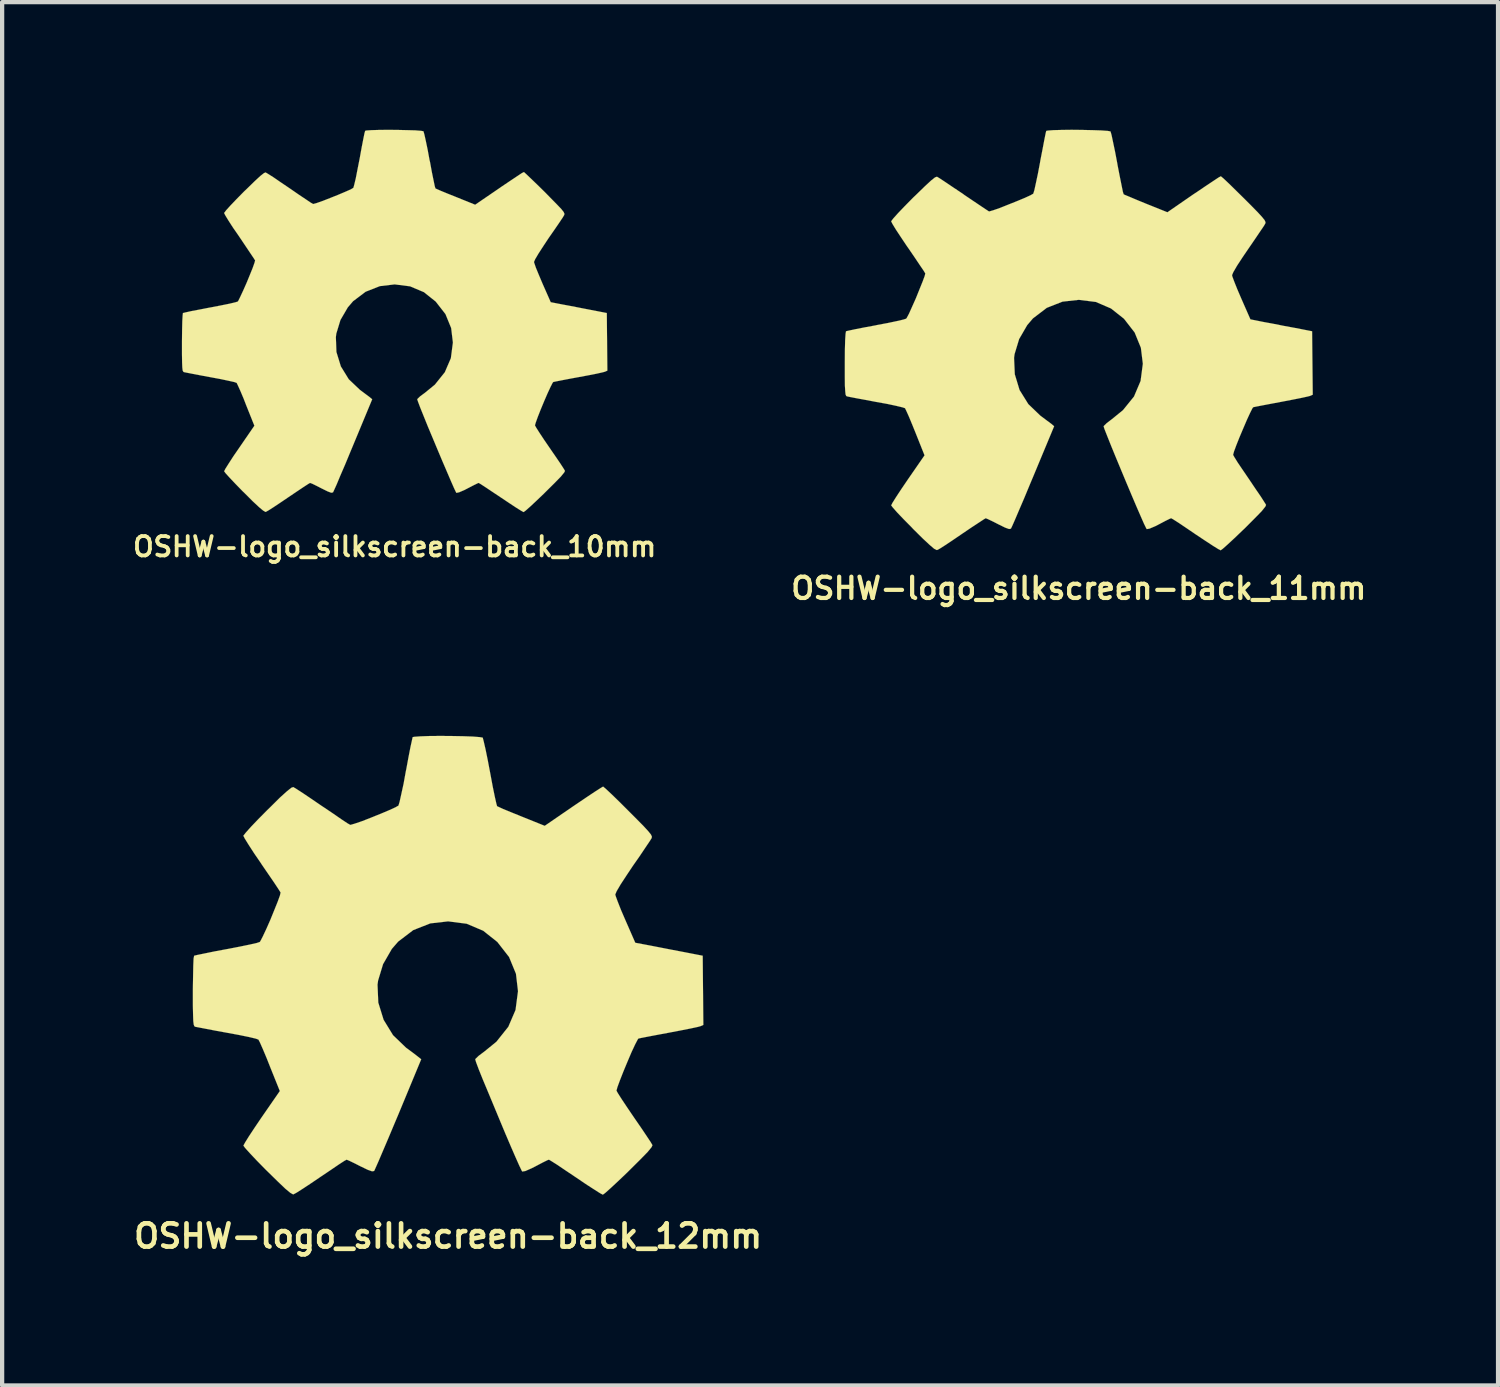
<source format=kicad_pcb>
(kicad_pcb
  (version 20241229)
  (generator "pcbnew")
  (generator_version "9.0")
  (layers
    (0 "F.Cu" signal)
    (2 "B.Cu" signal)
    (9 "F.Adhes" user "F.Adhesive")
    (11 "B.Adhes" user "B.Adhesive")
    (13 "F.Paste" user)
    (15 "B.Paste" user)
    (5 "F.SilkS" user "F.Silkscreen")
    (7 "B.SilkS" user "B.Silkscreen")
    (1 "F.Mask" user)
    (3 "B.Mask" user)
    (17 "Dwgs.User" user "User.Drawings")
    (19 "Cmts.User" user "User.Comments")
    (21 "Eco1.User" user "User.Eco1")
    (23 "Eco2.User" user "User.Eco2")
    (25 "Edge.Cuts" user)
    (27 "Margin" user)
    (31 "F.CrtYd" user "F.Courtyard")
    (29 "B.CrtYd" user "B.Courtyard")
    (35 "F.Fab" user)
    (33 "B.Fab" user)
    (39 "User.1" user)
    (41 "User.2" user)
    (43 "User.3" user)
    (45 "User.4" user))
  (footprint "OSHW-logo_silkscreen-back_10mm"
    (layer "F.Cu")
    (at 6.226 4.495)
    (property "Reference" "OSHW-logo_silkscreen-back_10mm" (at 0 5.304 0) (layer "F.SilkS") (effects (font (size 0.455 0.455) (thickness 0.089))))
    (attr through_hole)
    (fp_poly (pts (xy 3.03 4.491) (xy 2.979 4.463) (xy 2.86 4.389) (xy 2.695 4.28) (xy 2.497 4.148) (xy 2.299 4.016) (xy 2.136 3.907) (xy 2.022 3.833) (xy 1.974 3.805) (xy 1.948 3.815) (xy 1.854 3.861) (xy 1.717 3.932) (xy 1.638 3.973) (xy 1.514 4.026) (xy 1.45 4.039) (xy 1.44 4.021) (xy 1.394 3.924) (xy 1.323 3.762) (xy 1.229 3.543) (xy 1.12 3.289) (xy 1.006 3.018) (xy 0.889 2.738) (xy 0.777 2.471) (xy 0.681 2.233) (xy 0.602 2.037) (xy 0.551 1.902) (xy 0.531 1.844) (xy 0.536 1.831) (xy 0.599 1.77) (xy 0.709 1.689) (xy 0.945 1.496) (xy 1.179 1.204) (xy 1.321 0.874) (xy 1.369 0.505) (xy 1.328 0.165) (xy 1.194 -0.163) (xy 0.965 -0.457) (xy 0.688 -0.678) (xy 0.363 -0.815) (xy 0 -0.861) (xy -0.348 -0.82) (xy -0.683 -0.688) (xy -0.978 -0.465) (xy -1.102 -0.32) (xy -1.275 -0.023) (xy -1.372 0.297) (xy -1.382 0.378) (xy -1.369 0.729) (xy -1.265 1.067) (xy -1.079 1.369) (xy -0.82 1.615) (xy -0.79 1.638) (xy -0.671 1.727) (xy -0.589 1.788) (xy -0.528 1.839) (xy -0.975 2.916) (xy -1.046 3.086) (xy -1.168 3.381) (xy -1.278 3.635) (xy -1.361 3.835) (xy -1.422 3.97) (xy -1.448 4.026) (xy -1.45 4.028) (xy -1.491 4.036) (xy -1.572 4.006) (xy -1.722 3.932) (xy -1.821 3.881) (xy -1.935 3.825) (xy -1.989 3.805) (xy -2.032 3.83) (xy -2.141 3.901) (xy -2.301 4.008) (xy -2.494 4.138) (xy -2.677 4.262) (xy -2.845 4.374) (xy -2.969 4.453) (xy -3.028 4.486) (xy -3.038 4.486) (xy -3.091 4.455) (xy -3.188 4.374) (xy -3.335 4.237) (xy -3.541 4.031) (xy -3.574 4) (xy -3.744 3.825) (xy -3.881 3.68) (xy -3.975 3.576) (xy -4.008 3.531) (xy -3.978 3.472) (xy -3.901 3.35) (xy -3.79 3.178) (xy -3.653 2.979) (xy -3.297 2.461) (xy -3.493 1.971) (xy -3.551 1.821) (xy -3.627 1.641) (xy -3.686 1.511) (xy -3.713 1.455) (xy -3.767 1.435) (xy -3.901 1.405) (xy -4.094 1.364) (xy -4.326 1.321) (xy -4.547 1.28) (xy -4.745 1.242) (xy -4.889 1.214) (xy -4.953 1.201) (xy -4.968 1.191) (xy -4.983 1.161) (xy -4.991 1.092) (xy -4.996 0.973) (xy -4.999 0.782) (xy -4.999 0.505) (xy -4.999 0.475) (xy -4.996 0.213) (xy -4.991 0.003) (xy -4.983 -0.135) (xy -4.976 -0.188) (xy -4.973 -0.188) (xy -4.912 -0.203) (xy -4.773 -0.234) (xy -4.572 -0.272) (xy -4.336 -0.318) (xy -4.321 -0.32) (xy -4.084 -0.366) (xy -3.886 -0.406) (xy -3.747 -0.439) (xy -3.688 -0.457) (xy -3.675 -0.475) (xy -3.63 -0.566) (xy -3.561 -0.714) (xy -3.482 -0.892) (xy -3.406 -1.077) (xy -3.338 -1.245) (xy -3.294 -1.369) (xy -3.279 -1.425) (xy -3.282 -1.427) (xy -3.317 -1.483) (xy -3.399 -1.605) (xy -3.513 -1.775) (xy -3.65 -1.979) (xy -3.66 -1.994) (xy -3.797 -2.192) (xy -3.907 -2.362) (xy -3.98 -2.482) (xy -4.008 -2.537) (xy -4.008 -2.54) (xy -3.962 -2.601) (xy -3.861 -2.713) (xy -3.716 -2.865) (xy -3.541 -3.043) (xy -3.485 -3.096) (xy -3.289 -3.287) (xy -3.155 -3.411) (xy -3.071 -3.477) (xy -3.03 -3.493) (xy -3.03 -3.49) (xy -2.969 -3.454) (xy -2.842 -3.373) (xy -2.672 -3.256) (xy -2.469 -3.119) (xy -2.454 -3.109) (xy -2.256 -2.972) (xy -2.088 -2.86) (xy -1.971 -2.781) (xy -1.918 -2.751) (xy -1.91 -2.751) (xy -1.829 -2.774) (xy -1.687 -2.824) (xy -1.511 -2.893) (xy -1.326 -2.967) (xy -1.158 -3.038) (xy -1.031 -3.094) (xy -0.973 -3.129) (xy -0.97 -3.132) (xy -0.95 -3.203) (xy -0.914 -3.353) (xy -0.874 -3.559) (xy -0.826 -3.802) (xy -0.818 -3.843) (xy -0.775 -4.082) (xy -0.737 -4.277) (xy -0.709 -4.415) (xy -0.693 -4.47) (xy -0.66 -4.478) (xy -0.544 -4.486) (xy -0.366 -4.491) (xy -0.15 -4.493) (xy 0.076 -4.491) (xy 0.297 -4.486) (xy 0.485 -4.481) (xy 0.62 -4.47) (xy 0.676 -4.46) (xy 0.678 -4.455) (xy 0.699 -4.381) (xy 0.732 -4.232) (xy 0.775 -4.026) (xy 0.82 -3.78) (xy 0.831 -3.736) (xy 0.874 -3.5) (xy 0.914 -3.305) (xy 0.942 -3.17) (xy 0.958 -3.117) (xy 0.98 -3.106) (xy 1.077 -3.063) (xy 1.237 -2.997) (xy 1.435 -2.918) (xy 1.892 -2.733) (xy 2.454 -3.117) (xy 2.504 -3.152) (xy 2.708 -3.289) (xy 2.873 -3.399) (xy 2.987 -3.475) (xy 3.035 -3.5) (xy 3.04 -3.5) (xy 3.096 -3.449) (xy 3.205 -3.345) (xy 3.358 -3.198) (xy 3.536 -3.023) (xy 3.665 -2.891) (xy 3.82 -2.733) (xy 3.919 -2.629) (xy 3.973 -2.56) (xy 3.99 -2.52) (xy 3.985 -2.492) (xy 3.95 -2.433) (xy 3.868 -2.311) (xy 3.752 -2.141) (xy 3.614 -1.943) (xy 3.503 -1.775) (xy 3.381 -1.587) (xy 3.302 -1.453) (xy 3.274 -1.387) (xy 3.282 -1.361) (xy 3.32 -1.25) (xy 3.388 -1.085) (xy 3.472 -0.886) (xy 3.668 -0.442) (xy 3.957 -0.386) (xy 4.135 -0.353) (xy 4.381 -0.305) (xy 4.618 -0.259) (xy 4.986 -0.188) (xy 4.999 1.166) (xy 4.943 1.191) (xy 4.887 1.206) (xy 4.75 1.237) (xy 4.557 1.275) (xy 4.326 1.318) (xy 4.13 1.354) (xy 3.932 1.392) (xy 3.79 1.42) (xy 3.729 1.433) (xy 3.711 1.455) (xy 3.663 1.549) (xy 3.592 1.702) (xy 3.513 1.885) (xy 3.434 2.075) (xy 3.365 2.25) (xy 3.317 2.383) (xy 3.297 2.451) (xy 3.325 2.504) (xy 3.399 2.621) (xy 3.508 2.786) (xy 3.642 2.982) (xy 3.777 3.178) (xy 3.891 3.345) (xy 3.97 3.467) (xy 4.003 3.523) (xy 3.985 3.559) (xy 3.907 3.655) (xy 3.759 3.807) (xy 3.538 4.026) (xy 3.503 4.061) (xy 3.327 4.229) (xy 3.18 4.366) (xy 3.076 4.458) (xy 3.03 4.491)) (stroke (width 0.003) (type solid)) (fill yes) (layer "F.SilkS")))
  (footprint "OSHW-logo_silkscreen-back_11mm"
    (layer "F.Cu")
    (at 22.305 4.944)
    (property "Reference" "OSHW-logo_silkscreen-back_11mm" (at 0 5.834 0) (layer "F.SilkS") (effects (font (size 0.5 0.5) (thickness 0.099))))
    (attr through_hole)
    (fp_poly (pts (xy 3.335 4.94) (xy 3.277 4.91) (xy 3.147 4.829) (xy 2.964 4.709) (xy 2.746 4.564) (xy 2.53 4.417) (xy 2.349 4.295) (xy 2.225 4.216) (xy 2.172 4.186) (xy 2.144 4.196) (xy 2.04 4.247) (xy 1.89 4.326) (xy 1.803 4.371) (xy 1.664 4.43) (xy 1.598 4.442) (xy 1.585 4.422) (xy 1.534 4.318) (xy 1.455 4.138) (xy 1.351 3.899) (xy 1.232 3.619) (xy 1.105 3.317) (xy 0.978 3.012) (xy 0.856 2.718) (xy 0.749 2.456) (xy 0.663 2.24) (xy 0.605 2.093) (xy 0.584 2.029) (xy 0.592 2.014) (xy 0.66 1.948) (xy 0.78 1.857) (xy 1.039 1.646) (xy 1.298 1.326) (xy 1.453 0.96) (xy 1.506 0.556) (xy 1.46 0.18) (xy 1.313 -0.18) (xy 1.062 -0.503) (xy 0.757 -0.744) (xy 0.401 -0.897) (xy 0 -0.947) (xy -0.384 -0.904) (xy -0.752 -0.759) (xy -1.077 -0.511) (xy -1.212 -0.353) (xy -1.402 -0.025) (xy -1.509 0.328) (xy -1.521 0.417) (xy -1.504 0.803) (xy -1.392 1.173) (xy -1.186 1.504) (xy -0.904 1.775) (xy -0.869 1.801) (xy -0.737 1.9) (xy -0.648 1.966) (xy -0.579 2.024) (xy -1.072 3.208) (xy -1.151 3.396) (xy -1.285 3.719) (xy -1.405 3.998) (xy -1.499 4.219) (xy -1.565 4.369) (xy -1.593 4.427) (xy -1.598 4.432) (xy -1.638 4.44) (xy -1.73 4.407) (xy -1.895 4.326) (xy -2.004 4.27) (xy -2.131 4.209) (xy -2.187 4.186) (xy -2.235 4.214) (xy -2.355 4.293) (xy -2.532 4.409) (xy -2.743 4.552) (xy -2.944 4.689) (xy -3.129 4.813) (xy -3.266 4.9) (xy -3.33 4.933) (xy -3.343 4.933) (xy -3.401 4.902) (xy -3.505 4.813) (xy -3.668 4.661) (xy -3.896 4.435) (xy -3.929 4.399) (xy -4.117 4.209) (xy -4.27 4.049) (xy -4.371 3.934) (xy -4.409 3.884) (xy -4.376 3.82) (xy -4.29 3.683) (xy -4.168 3.498) (xy -4.018 3.277) (xy -3.625 2.708) (xy -3.84 2.169) (xy -3.907 2.004) (xy -3.99 1.803) (xy -4.054 1.661) (xy -4.084 1.6) (xy -4.143 1.58) (xy -4.293 1.544) (xy -4.503 1.499) (xy -4.76 1.453) (xy -5.001 1.407) (xy -5.22 1.367) (xy -5.38 1.336) (xy -5.451 1.321) (xy -5.466 1.311) (xy -5.481 1.278) (xy -5.489 1.201) (xy -5.497 1.069) (xy -5.499 0.859) (xy -5.499 0.556) (xy -5.499 0.523) (xy -5.497 0.234) (xy -5.491 0.003) (xy -5.481 -0.147) (xy -5.471 -0.206) (xy -5.471 -0.208) (xy -5.403 -0.224) (xy -5.248 -0.257) (xy -5.029 -0.3) (xy -4.768 -0.348) (xy -4.752 -0.353) (xy -4.493 -0.401) (xy -4.275 -0.447) (xy -4.122 -0.483) (xy -4.059 -0.503) (xy -4.044 -0.521) (xy -3.99 -0.622) (xy -3.917 -0.785) (xy -3.83 -0.98) (xy -3.747 -1.186) (xy -3.673 -1.369) (xy -3.622 -1.506) (xy -3.607 -1.567) (xy -3.609 -1.57) (xy -3.647 -1.633) (xy -3.739 -1.768) (xy -3.863 -1.953) (xy -4.016 -2.177) (xy -4.028 -2.192) (xy -4.176 -2.413) (xy -4.298 -2.598) (xy -4.379 -2.731) (xy -4.409 -2.791) (xy -4.409 -2.794) (xy -4.359 -2.86) (xy -4.247 -2.985) (xy -4.087 -3.152) (xy -3.894 -3.348) (xy -3.833 -3.406) (xy -3.619 -3.614) (xy -3.47 -3.752) (xy -3.378 -3.825) (xy -3.335 -3.84) (xy -3.332 -3.84) (xy -3.266 -3.8) (xy -3.127 -3.708) (xy -2.939 -3.581) (xy -2.715 -3.432) (xy -2.7 -3.419) (xy -2.482 -3.272) (xy -2.296 -3.147) (xy -2.167 -3.061) (xy -2.111 -3.025) (xy -2.101 -3.025) (xy -2.012 -3.051) (xy -1.854 -3.106) (xy -1.661 -3.183) (xy -1.458 -3.264) (xy -1.275 -3.34) (xy -1.135 -3.404) (xy -1.069 -3.442) (xy -1.069 -3.444) (xy -1.044 -3.523) (xy -1.008 -3.688) (xy -0.96 -3.914) (xy -0.909 -4.183) (xy -0.902 -4.227) (xy -0.851 -4.488) (xy -0.81 -4.704) (xy -0.78 -4.854) (xy -0.765 -4.917) (xy -0.726 -4.925) (xy -0.597 -4.935) (xy -0.401 -4.94) (xy -0.165 -4.943) (xy 0.084 -4.94) (xy 0.325 -4.935) (xy 0.533 -4.928) (xy 0.683 -4.917) (xy 0.744 -4.905) (xy 0.747 -4.902) (xy 0.77 -4.821) (xy 0.805 -4.656) (xy 0.853 -4.427) (xy 0.904 -4.158) (xy 0.912 -4.11) (xy 0.963 -3.848) (xy 1.006 -3.635) (xy 1.036 -3.487) (xy 1.054 -3.429) (xy 1.077 -3.416) (xy 1.186 -3.371) (xy 1.361 -3.297) (xy 1.577 -3.208) (xy 2.083 -3.005) (xy 2.697 -3.429) (xy 2.756 -3.467) (xy 2.977 -3.617) (xy 3.16 -3.739) (xy 3.287 -3.823) (xy 3.34 -3.851) (xy 3.343 -3.848) (xy 3.406 -3.795) (xy 3.528 -3.68) (xy 3.693 -3.518) (xy 3.889 -3.325) (xy 4.034 -3.18) (xy 4.204 -3.007) (xy 4.31 -2.891) (xy 4.369 -2.817) (xy 4.389 -2.771) (xy 4.384 -2.741) (xy 4.346 -2.677) (xy 4.255 -2.543) (xy 4.128 -2.355) (xy 3.978 -2.136) (xy 3.853 -1.953) (xy 3.719 -1.748) (xy 3.632 -1.598) (xy 3.602 -1.527) (xy 3.609 -1.496) (xy 3.653 -1.377) (xy 3.726 -1.194) (xy 3.82 -0.975) (xy 4.034 -0.488) (xy 4.354 -0.424) (xy 4.547 -0.389) (xy 4.818 -0.335) (xy 5.08 -0.287) (xy 5.484 -0.208) (xy 5.499 1.283) (xy 5.436 1.311) (xy 5.377 1.326) (xy 5.227 1.359) (xy 5.011 1.402) (xy 4.76 1.45) (xy 4.542 1.491) (xy 4.326 1.532) (xy 4.171 1.562) (xy 4.1 1.577) (xy 4.082 1.6) (xy 4.028 1.707) (xy 3.952 1.872) (xy 3.866 2.073) (xy 3.777 2.283) (xy 3.701 2.474) (xy 3.647 2.621) (xy 3.627 2.697) (xy 3.658 2.753) (xy 3.739 2.883) (xy 3.861 3.063) (xy 4.008 3.279) (xy 4.155 3.498) (xy 4.28 3.68) (xy 4.366 3.815) (xy 4.402 3.873) (xy 4.384 3.914) (xy 4.298 4.021) (xy 4.135 4.188) (xy 3.894 4.43) (xy 3.853 4.468) (xy 3.66 4.653) (xy 3.498 4.803) (xy 3.383 4.905) (xy 3.335 4.94)) (stroke (width 0.003) (type solid)) (fill yes) (layer "F.SilkS")))
  (footprint "OSHW-logo_silkscreen-back_12mm"
    (layer "F.Cu")
    (at 7.482 19.639)
    (property "Reference" "OSHW-logo_silkscreen-back_12mm" (at 0 6.363 0) (layer "F.SilkS") (effects (font (size 0.546 0.546) (thickness 0.109))))
    (attr through_hole)
    (fp_poly (pts (xy 3.637 5.39) (xy 3.574 5.357) (xy 3.434 5.268) (xy 3.233 5.138) (xy 2.997 4.978) (xy 2.758 4.818) (xy 2.563 4.686) (xy 2.426 4.6) (xy 2.37 4.567) (xy 2.339 4.577) (xy 2.225 4.633) (xy 2.062 4.719) (xy 1.966 4.768) (xy 1.816 4.834) (xy 1.742 4.846) (xy 1.73 4.826) (xy 1.674 4.709) (xy 1.587 4.514) (xy 1.473 4.252) (xy 1.344 3.95) (xy 1.206 3.619) (xy 1.067 3.284) (xy 0.935 2.967) (xy 0.815 2.68) (xy 0.721 2.446) (xy 0.66 2.283) (xy 0.638 2.212) (xy 0.645 2.197) (xy 0.719 2.126) (xy 0.851 2.027) (xy 1.135 1.796) (xy 1.415 1.445) (xy 1.585 1.049) (xy 1.643 0.607) (xy 1.595 0.198) (xy 1.433 -0.196) (xy 1.158 -0.549) (xy 0.826 -0.813) (xy 0.437 -0.978) (xy 0 -1.034) (xy -0.419 -0.986) (xy -0.82 -0.828) (xy -1.173 -0.559) (xy -1.323 -0.386) (xy -1.529 -0.028) (xy -1.646 0.358) (xy -1.659 0.455) (xy -1.641 0.876) (xy -1.516 1.28) (xy -1.295 1.641) (xy -0.986 1.938) (xy -0.947 1.966) (xy -0.803 2.073) (xy -0.709 2.146) (xy -0.632 2.207) (xy -1.168 3.5) (xy -1.255 3.706) (xy -1.402 4.056) (xy -1.532 4.361) (xy -1.636 4.605) (xy -1.707 4.765) (xy -1.737 4.831) (xy -1.742 4.834) (xy -1.788 4.841) (xy -1.887 4.806) (xy -2.068 4.719) (xy -2.187 4.658) (xy -2.324 4.592) (xy -2.385 4.567) (xy -2.438 4.595) (xy -2.57 4.681) (xy -2.761 4.811) (xy -2.992 4.966) (xy -3.213 5.116) (xy -3.416 5.25) (xy -3.564 5.344) (xy -3.635 5.382) (xy -3.645 5.382) (xy -3.708 5.347) (xy -3.825 5.25) (xy -4 5.083) (xy -4.249 4.839) (xy -4.288 4.801) (xy -4.493 4.592) (xy -4.658 4.417) (xy -4.77 4.293) (xy -4.811 4.237) (xy -4.773 4.166) (xy -4.681 4.018) (xy -4.547 3.815) (xy -4.384 3.574) (xy -3.955 2.954) (xy -4.191 2.367) (xy -4.262 2.187) (xy -4.354 1.968) (xy -4.422 1.814) (xy -4.458 1.745) (xy -4.521 1.722) (xy -4.681 1.684) (xy -4.915 1.636) (xy -5.192 1.585) (xy -5.456 1.537) (xy -5.695 1.491) (xy -5.867 1.458) (xy -5.946 1.443) (xy -5.964 1.43) (xy -5.979 1.392) (xy -5.989 1.311) (xy -5.994 1.166) (xy -5.999 0.937) (xy -5.999 0.607) (xy -5.999 0.572) (xy -5.994 0.257) (xy -5.989 0.005) (xy -5.982 -0.16) (xy -5.969 -0.226) (xy -5.895 -0.244) (xy -5.725 -0.279) (xy -5.486 -0.328) (xy -5.202 -0.381) (xy -5.184 -0.384) (xy -4.9 -0.439) (xy -4.663 -0.488) (xy -4.496 -0.526) (xy -4.427 -0.549) (xy -4.412 -0.569) (xy -4.354 -0.681) (xy -4.272 -0.856) (xy -4.178 -1.069) (xy -4.087 -1.293) (xy -4.006 -1.494) (xy -3.952 -1.643) (xy -3.937 -1.712) (xy -3.98 -1.781) (xy -4.077 -1.928) (xy -4.216 -2.131) (xy -4.381 -2.372) (xy -4.394 -2.393) (xy -4.557 -2.631) (xy -4.689 -2.835) (xy -4.778 -2.979) (xy -4.811 -3.043) (xy -4.811 -3.048) (xy -4.755 -3.119) (xy -4.633 -3.256) (xy -4.458 -3.439) (xy -4.249 -3.65) (xy -4.181 -3.716) (xy -3.95 -3.945) (xy -3.787 -4.092) (xy -3.686 -4.173) (xy -3.637 -4.191) (xy -3.635 -4.188) (xy -3.564 -4.145) (xy -3.411 -4.046) (xy -3.205 -3.907) (xy -2.962 -3.741) (xy -2.946 -3.731) (xy -2.705 -3.569) (xy -2.507 -3.432) (xy -2.365 -3.338) (xy -2.301 -3.302) (xy -2.291 -3.302) (xy -2.195 -3.33) (xy -2.024 -3.388) (xy -1.814 -3.47) (xy -1.593 -3.559) (xy -1.389 -3.645) (xy -1.24 -3.713) (xy -1.168 -3.754) (xy -1.166 -3.757) (xy -1.14 -3.843) (xy -1.1 -4.023) (xy -1.046 -4.27) (xy -0.993 -4.564) (xy -0.983 -4.61) (xy -0.93 -4.897) (xy -0.884 -5.133) (xy -0.848 -5.296) (xy -0.833 -5.364) (xy -0.792 -5.372) (xy -0.653 -5.382) (xy -0.439 -5.39) (xy -0.18 -5.392) (xy 0.091 -5.39) (xy 0.356 -5.385) (xy 0.582 -5.377) (xy 0.744 -5.364) (xy 0.813 -5.352) (xy 0.815 -5.347) (xy 0.838 -5.258) (xy 0.879 -5.08) (xy 0.93 -4.831) (xy 0.986 -4.536) (xy 0.996 -4.483) (xy 1.049 -4.199) (xy 1.097 -3.965) (xy 1.133 -3.805) (xy 1.151 -3.741) (xy 1.176 -3.729) (xy 1.293 -3.675) (xy 1.483 -3.597) (xy 1.722 -3.5) (xy 2.271 -3.279) (xy 2.944 -3.741) (xy 3.005 -3.782) (xy 3.249 -3.947) (xy 3.447 -4.079) (xy 3.586 -4.168) (xy 3.642 -4.201) (xy 3.647 -4.199) (xy 3.716 -4.14) (xy 3.848 -4.016) (xy 4.031 -3.838) (xy 4.242 -3.627) (xy 4.399 -3.47) (xy 4.585 -3.282) (xy 4.702 -3.155) (xy 4.768 -3.073) (xy 4.79 -3.023) (xy 4.783 -2.99) (xy 4.74 -2.921) (xy 4.641 -2.774) (xy 4.503 -2.568) (xy 4.338 -2.332) (xy 4.204 -2.131) (xy 4.056 -1.905) (xy 3.962 -1.745) (xy 3.929 -1.666) (xy 3.937 -1.633) (xy 3.985 -1.501) (xy 4.064 -1.3) (xy 4.166 -1.064) (xy 4.399 -0.531) (xy 4.75 -0.465) (xy 4.961 -0.424) (xy 5.258 -0.366) (xy 5.542 -0.312) (xy 5.984 -0.226) (xy 5.999 1.4) (xy 5.931 1.43) (xy 5.865 1.448) (xy 5.702 1.483) (xy 5.469 1.529) (xy 5.192 1.582) (xy 4.956 1.626) (xy 4.719 1.671) (xy 4.549 1.704) (xy 4.473 1.72) (xy 4.455 1.745) (xy 4.394 1.862) (xy 4.31 2.042) (xy 4.216 2.263) (xy 4.122 2.489) (xy 4.039 2.7) (xy 3.98 2.86) (xy 3.957 2.944) (xy 3.99 3.005) (xy 4.079 3.145) (xy 4.211 3.343) (xy 4.371 3.579) (xy 4.534 3.815) (xy 4.669 4.016) (xy 4.765 4.161) (xy 4.803 4.227) (xy 4.783 4.272) (xy 4.689 4.387) (xy 4.511 4.569) (xy 4.247 4.831) (xy 4.204 4.874) (xy 3.993 5.075) (xy 3.815 5.24) (xy 3.693 5.349) (xy 3.637 5.39)) (stroke (width 0.003) (type solid)) (fill yes) (layer "F.SilkS")))
  (gr_rect
    (start -3 -3)
    (end 32.159 29.513)
    (stroke (width 0.1) (type default))
    (fill no)
    (layer "Edge.Cuts")))
</source>
